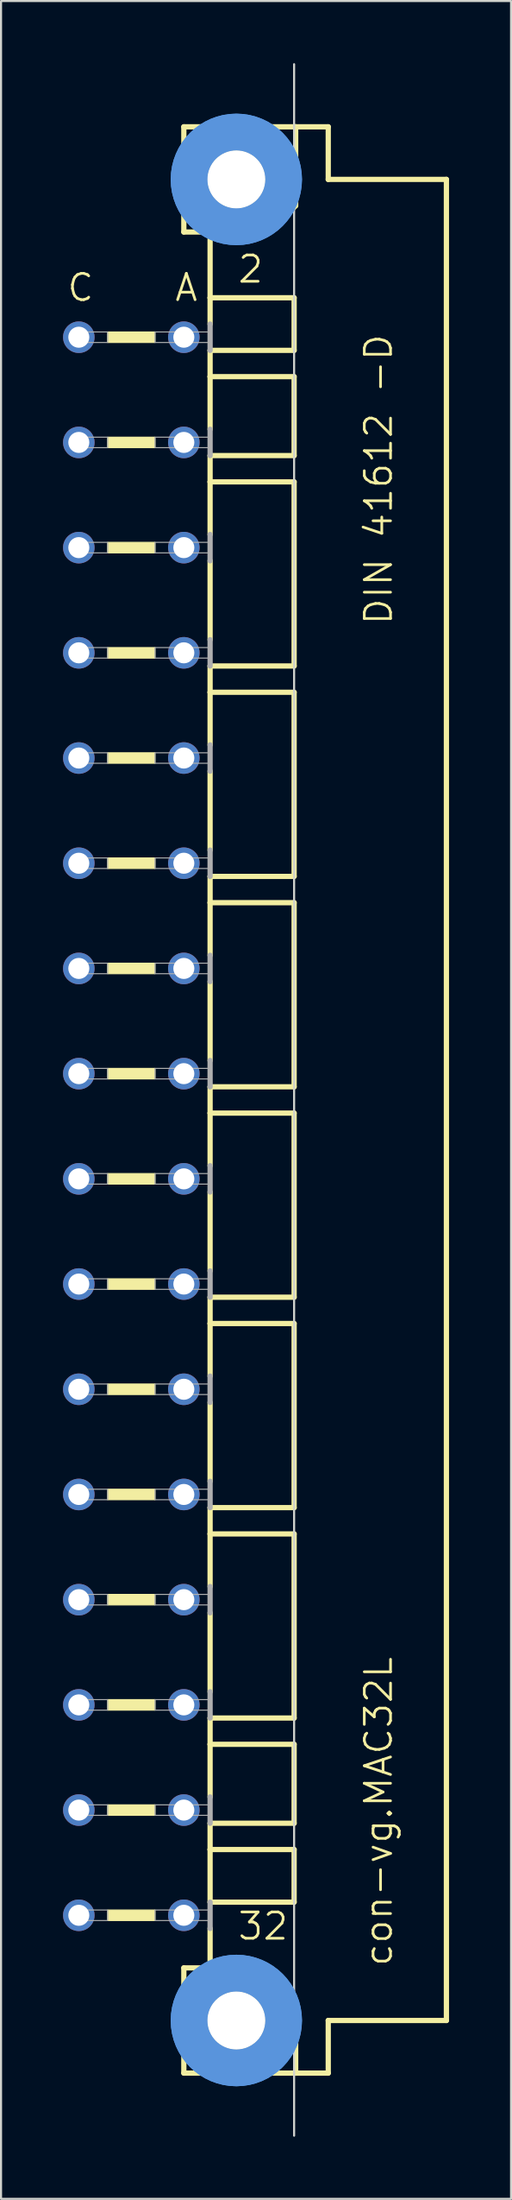
<source format=kicad_pcb>
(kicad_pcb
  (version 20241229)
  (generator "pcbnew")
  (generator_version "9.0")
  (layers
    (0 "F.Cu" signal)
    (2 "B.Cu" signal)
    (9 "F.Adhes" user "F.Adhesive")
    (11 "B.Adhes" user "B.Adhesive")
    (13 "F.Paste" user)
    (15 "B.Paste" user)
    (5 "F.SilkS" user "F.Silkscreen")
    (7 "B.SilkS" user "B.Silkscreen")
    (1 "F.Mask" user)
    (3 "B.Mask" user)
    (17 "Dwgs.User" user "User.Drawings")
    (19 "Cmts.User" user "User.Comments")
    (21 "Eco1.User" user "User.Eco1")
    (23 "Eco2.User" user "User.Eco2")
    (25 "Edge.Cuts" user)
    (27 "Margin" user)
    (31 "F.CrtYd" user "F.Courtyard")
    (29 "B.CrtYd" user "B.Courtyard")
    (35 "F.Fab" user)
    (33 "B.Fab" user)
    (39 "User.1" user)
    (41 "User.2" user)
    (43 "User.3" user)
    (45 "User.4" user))
  (footprint "con-vg.MAC32L"
    (layer "F.Cu")
    (at 8.382 50.063)
    (property "Reference" "con-vg.MAC32L" (at 7.62 41.91 90) (layer "F.SilkS") (effects (font (size 1.27 1.27) (thickness 0.13)) (justify left bottom)))
    (attr through_hole)
    (fp_line (start -2.54 -46.99) (end -2.54 -41.91) (stroke (width 0.254) (type default)) (layer "F.SilkS"))
    (fp_line (start -2.54 -41.91) (end -1.27 -41.91) (stroke (width 0.254) (type default)) (layer "F.SilkS"))
    (fp_line (start -2.54 41.91) (end -2.54 46.99) (stroke (width 0.254) (type default)) (layer "F.SilkS"))
    (fp_line (start -2.54 41.91) (end -1.27 41.91) (stroke (width 0.254) (type default)) (layer "F.SilkS"))
    (fp_line (start -2.54 46.99) (end 2.87 46.99) (stroke (width 0.254) (type default)) (layer "F.SilkS"))
    (fp_line (start -1.27 -41.91) (end -1.27 -38.735) (stroke (width 0.254) (type default)) (layer "F.SilkS"))
    (fp_line (start -1.27 -41.91) (end 1.6 -41.91) (stroke (width 0.254) (type default)) (layer "F.SilkS"))
    (fp_line (start -1.27 -38.735) (end -1.27 -37.465) (stroke (width 0.254) (type default)) (layer "F.SilkS"))
    (fp_line (start -1.27 -36.195) (end -1.27 -34.925) (stroke (width 0.254) (type default)) (layer "F.SilkS"))
    (fp_line (start -1.27 -32.385) (end -1.27 -34.925) (stroke (width 0.254) (type default)) (layer "F.SilkS"))
    (fp_line (start -1.27 -31.115) (end -1.27 -29.845) (stroke (width 0.254) (type default)) (layer "F.SilkS"))
    (fp_line (start -1.27 -29.845) (end -1.27 -27.305) (stroke (width 0.254) (type default)) (layer "F.SilkS"))
    (fp_line (start -1.27 -26.035) (end -1.27 -22.225) (stroke (width 0.254) (type default)) (layer "F.SilkS"))
    (fp_line (start -1.27 -20.955) (end -1.27 -19.685) (stroke (width 0.254) (type default)) (layer "F.SilkS"))
    (fp_line (start -1.27 -17.145) (end -1.27 -19.685) (stroke (width 0.254) (type default)) (layer "F.SilkS"))
    (fp_line (start -1.27 -12.065) (end -1.27 -15.875) (stroke (width 0.254) (type default)) (layer "F.SilkS"))
    (fp_line (start -1.27 -10.795) (end -1.27 -9.525) (stroke (width 0.254) (type default)) (layer "F.SilkS"))
    (fp_line (start -1.27 -6.985) (end -1.27 -9.525) (stroke (width 0.254) (type default)) (layer "F.SilkS"))
    (fp_line (start -1.27 -1.905) (end -1.27 -5.715) (stroke (width 0.254) (type default)) (layer "F.SilkS"))
    (fp_line (start -1.27 -0.635) (end -1.27 0.635) (stroke (width 0.254) (type default)) (layer "F.SilkS"))
    (fp_line (start -1.27 3.175) (end -1.27 0.635) (stroke (width 0.254) (type default)) (layer "F.SilkS"))
    (fp_line (start -1.27 8.255) (end -1.27 4.445) (stroke (width 0.254) (type default)) (layer "F.SilkS"))
    (fp_line (start -1.27 9.525) (end -1.27 10.795) (stroke (width 0.254) (type default)) (layer "F.SilkS"))
    (fp_line (start -1.27 13.335) (end -1.27 10.795) (stroke (width 0.254) (type default)) (layer "F.SilkS"))
    (fp_line (start -1.27 18.415) (end -1.27 14.605) (stroke (width 0.254) (type default)) (layer "F.SilkS"))
    (fp_line (start -1.27 19.685) (end -1.27 20.955) (stroke (width 0.254) (type default)) (layer "F.SilkS"))
    (fp_line (start -1.27 20.955) (end -1.27 23.495) (stroke (width 0.254) (type default)) (layer "F.SilkS"))
    (fp_line (start -1.27 24.765) (end -1.27 28.575) (stroke (width 0.254) (type default)) (layer "F.SilkS"))
    (fp_line (start -1.27 29.845) (end -1.27 31.115) (stroke (width 0.254) (type default)) (layer "F.SilkS"))
    (fp_line (start -1.27 33.655) (end -1.27 31.115) (stroke (width 0.254) (type default)) (layer "F.SilkS"))
    (fp_line (start -1.27 34.925) (end -1.27 36.195) (stroke (width 0.254) (type default)) (layer "F.SilkS"))
    (fp_line (start -1.27 36.195) (end -1.27 38.735) (stroke (width 0.254) (type default)) (layer "F.SilkS"))
    (fp_line (start -1.27 40.005) (end -1.27 41.91) (stroke (width 0.254) (type default)) (layer "F.SilkS"))
    (fp_line (start -1.27 41.91) (end 1.27 41.91) (stroke (width 0.254) (type default)) (layer "F.SilkS"))
    (fp_line (start 1.6 -41.91) (end 2.87 -43.18) (stroke (width 0.254) (type default)) (layer "F.SilkS"))
    (fp_line (start 2.794 -38.735) (end -1.27 -38.735) (stroke (width 0.254) (type default)) (layer "F.SilkS"))
    (fp_line (start 2.794 -38.735) (end 2.794 -36.195) (stroke (width 0.254) (type default)) (layer "F.SilkS"))
    (fp_line (start 2.794 -36.195) (end -1.27 -36.195) (stroke (width 0.254) (type default)) (layer "F.SilkS"))
    (fp_line (start 2.794 -34.925) (end -1.27 -34.925) (stroke (width 0.254) (type default)) (layer "F.SilkS"))
    (fp_line (start 2.794 -34.925) (end 2.794 -31.115) (stroke (width 0.254) (type default)) (layer "F.SilkS"))
    (fp_line (start 2.794 -31.115) (end -1.27 -31.115) (stroke (width 0.254) (type default)) (layer "F.SilkS"))
    (fp_line (start 2.794 -29.845) (end -1.27 -29.845) (stroke (width 0.254) (type default)) (layer "F.SilkS"))
    (fp_line (start 2.794 -29.845) (end 2.794 -20.955) (stroke (width 0.254) (type default)) (layer "F.SilkS"))
    (fp_line (start 2.794 -20.955) (end -1.27 -20.955) (stroke (width 0.254) (type default)) (layer "F.SilkS"))
    (fp_line (start 2.794 -19.685) (end -1.27 -19.685) (stroke (width 0.254) (type default)) (layer "F.SilkS"))
    (fp_line (start 2.794 -19.685) (end 2.794 -10.795) (stroke (width 0.254) (type default)) (layer "F.SilkS"))
    (fp_line (start 2.794 -10.795) (end -1.27 -10.795) (stroke (width 0.254) (type default)) (layer "F.SilkS"))
    (fp_line (start 2.794 -9.525) (end -1.27 -9.525) (stroke (width 0.254) (type default)) (layer "F.SilkS"))
    (fp_line (start 2.794 -9.525) (end 2.794 -0.635) (stroke (width 0.254) (type default)) (layer "F.SilkS"))
    (fp_line (start 2.794 -0.635) (end -1.27 -0.635) (stroke (width 0.254) (type default)) (layer "F.SilkS"))
    (fp_line (start 2.794 0.635) (end -1.27 0.635) (stroke (width 0.254) (type default)) (layer "F.SilkS"))
    (fp_line (start 2.794 0.635) (end 2.794 9.525) (stroke (width 0.254) (type default)) (layer "F.SilkS"))
    (fp_line (start 2.794 9.525) (end -1.27 9.525) (stroke (width 0.254) (type default)) (layer "F.SilkS"))
    (fp_line (start 2.794 10.795) (end -1.27 10.795) (stroke (width 0.254) (type default)) (layer "F.SilkS"))
    (fp_line (start 2.794 10.795) (end 2.794 19.685) (stroke (width 0.254) (type default)) (layer "F.SilkS"))
    (fp_line (start 2.794 19.685) (end -1.27 19.685) (stroke (width 0.254) (type default)) (layer "F.SilkS"))
    (fp_line (start 2.794 20.955) (end -1.27 20.955) (stroke (width 0.254) (type default)) (layer "F.SilkS"))
    (fp_line (start 2.794 20.955) (end 2.794 29.845) (stroke (width 0.254) (type default)) (layer "F.SilkS"))
    (fp_line (start 2.794 29.845) (end -1.27 29.845) (stroke (width 0.254) (type default)) (layer "F.SilkS"))
    (fp_line (start 2.794 31.115) (end -1.27 31.115) (stroke (width 0.254) (type default)) (layer "F.SilkS"))
    (fp_line (start 2.794 31.115) (end 2.794 34.925) (stroke (width 0.254) (type default)) (layer "F.SilkS"))
    (fp_line (start 2.794 34.925) (end -1.27 34.925) (stroke (width 0.254) (type default)) (layer "F.SilkS"))
    (fp_line (start 2.794 36.195) (end -1.27 36.195) (stroke (width 0.254) (type default)) (layer "F.SilkS"))
    (fp_line (start 2.794 36.195) (end 2.794 38.735) (stroke (width 0.254) (type default)) (layer "F.SilkS"))
    (fp_line (start 2.794 38.735) (end -1.27 38.735) (stroke (width 0.254) (type default)) (layer "F.SilkS"))
    (fp_line (start 2.87 -46.99) (end -2.54 -46.99) (stroke (width 0.254) (type default)) (layer "F.SilkS"))
    (fp_line (start 2.87 -43.18) (end 2.87 -46.99) (stroke (width 0.254) (type default)) (layer "F.SilkS"))
    (fp_line (start 2.87 43.51) (end 1.27 41.91) (stroke (width 0.254) (type default)) (layer "F.SilkS"))
    (fp_line (start 2.87 43.51) (end 2.87 46.99) (stroke (width 0.254) (type default)) (layer "F.SilkS"))
    (fp_line (start 2.87 46.99) (end 4.445 46.99) (stroke (width 0.254) (type default)) (layer "F.SilkS"))
    (fp_line (start 4.445 -46.99) (end 2.87 -46.99) (stroke (width 0.254) (type default)) (layer "F.SilkS"))
    (fp_line (start 4.445 -44.45) (end 4.445 -46.99) (stroke (width 0.254) (type default)) (layer "F.SilkS"))
    (fp_line (start 4.445 44.45) (end 10.16 44.45) (stroke (width 0.254) (type default)) (layer "F.SilkS"))
    (fp_line (start 4.445 46.99) (end 4.445 44.45) (stroke (width 0.254) (type default)) (layer "F.SilkS"))
    (fp_line (start 10.16 -44.45) (end 4.445 -44.45) (stroke (width 0.254) (type default)) (layer "F.SilkS"))
    (fp_line (start 10.16 44.45) (end 10.16 -44.45) (stroke (width 0.254) (type default)) (layer "F.SilkS"))
    (fp_rect (start -6.223 -36.576) (end -3.937 -37.084) (stroke (width 0.05) (type default)) (fill yes) (layer "F.SilkS"))
    (fp_rect (start -6.223 -31.496) (end -3.937 -32.004) (stroke (width 0.05) (type default)) (fill yes) (layer "F.SilkS"))
    (fp_rect (start -6.223 -26.416) (end -3.937 -26.924) (stroke (width 0.05) (type default)) (fill yes) (layer "F.SilkS"))
    (fp_rect (start -6.223 -21.336) (end -3.937 -21.844) (stroke (width 0.05) (type default)) (fill yes) (layer "F.SilkS"))
    (fp_rect (start -6.223 -16.256) (end -3.937 -16.764) (stroke (width 0.05) (type default)) (fill yes) (layer "F.SilkS"))
    (fp_rect (start -6.223 -11.176) (end -3.937 -11.684) (stroke (width 0.05) (type default)) (fill yes) (layer "F.SilkS"))
    (fp_rect (start -6.223 -6.096) (end -3.937 -6.604) (stroke (width 0.05) (type default)) (fill yes) (layer "F.SilkS"))
    (fp_rect (start -6.223 -1.016) (end -3.937 -1.524) (stroke (width 0.05) (type default)) (fill yes) (layer "F.SilkS"))
    (fp_rect (start -6.223 4.064) (end -3.937 3.556) (stroke (width 0.05) (type default)) (fill yes) (layer "F.SilkS"))
    (fp_rect (start -6.223 9.144) (end -3.937 8.636) (stroke (width 0.05) (type default)) (fill yes) (layer "F.SilkS"))
    (fp_rect (start -6.223 14.224) (end -3.937 13.716) (stroke (width 0.05) (type default)) (fill yes) (layer "F.SilkS"))
    (fp_rect (start -6.223 19.304) (end -3.937 18.796) (stroke (width 0.05) (type default)) (fill yes) (layer "F.SilkS"))
    (fp_rect (start -6.223 24.384) (end -3.937 23.876) (stroke (width 0.05) (type default)) (fill yes) (layer "F.SilkS"))
    (fp_rect (start -6.223 29.464) (end -3.937 28.956) (stroke (width 0.05) (type default)) (fill yes) (layer "F.SilkS"))
    (fp_rect (start -6.223 34.544) (end -3.937 34.036) (stroke (width 0.05) (type default)) (fill yes) (layer "F.SilkS"))
    (fp_rect (start -6.223 39.624) (end -3.937 39.116) (stroke (width 0.05) (type default)) (fill yes) (layer "F.SilkS"))
    (fp_circle (center 0 -44.45) (end 1.27 -44.45) (stroke (width 0.254) (type default)) (fill no) (layer "F.SilkS"))
    (fp_circle (center 0 44.45) (end 1.27 44.45) (stroke (width 0.254) (type default)) (fill no) (layer "F.SilkS"))
    (fp_circle (center 0 -44.45) (end 2.286 -44.45) (stroke (width 1.778) (type default)) (fill no) (layer "Cmts.User"))
    (fp_circle (center 0 -44.45) (end 2.286 -44.45) (stroke (width 1.778) (type default)) (fill no) (layer "Cmts.User"))
    (fp_circle (center 0 44.45) (end 2.286 44.45) (stroke (width 1.778) (type default)) (fill no) (layer "Cmts.User"))
    (fp_circle (center 0 44.45) (end 2.286 44.45) (stroke (width 1.778) (type default)) (fill no) (layer "Cmts.User"))
    (fp_line (start 2.794 50.013) (end 2.794 -50.013) (stroke (width 0.1) (type default)) (layer "Edge.Cuts"))
    (fp_line (start -1.27 -36.195) (end -1.27 -37.465) (stroke (width 0.254) (type default)) (layer "F.Fab"))
    (fp_line (start -1.27 -32.385) (end -1.27 -31.115) (stroke (width 0.254) (type default)) (layer "F.Fab"))
    (fp_line (start -1.27 -26.035) (end -1.27 -27.305) (stroke (width 0.254) (type default)) (layer "F.Fab"))
    (fp_line (start -1.27 -20.955) (end -1.27 -22.225) (stroke (width 0.254) (type default)) (layer "F.Fab"))
    (fp_line (start -1.27 -15.875) (end -1.27 -17.145) (stroke (width 0.254) (type default)) (layer "F.Fab"))
    (fp_line (start -1.27 -10.795) (end -1.27 -12.065) (stroke (width 0.254) (type default)) (layer "F.Fab"))
    (fp_line (start -1.27 -5.715) (end -1.27 -6.985) (stroke (width 0.254) (type default)) (layer "F.Fab"))
    (fp_line (start -1.27 -0.635) (end -1.27 -1.905) (stroke (width 0.254) (type default)) (layer "F.Fab"))
    (fp_line (start -1.27 4.445) (end -1.27 3.175) (stroke (width 0.254) (type default)) (layer "F.Fab"))
    (fp_line (start -1.27 9.525) (end -1.27 8.255) (stroke (width 0.254) (type default)) (layer "F.Fab"))
    (fp_line (start -1.27 14.605) (end -1.27 13.335) (stroke (width 0.254) (type default)) (layer "F.Fab"))
    (fp_line (start -1.27 19.685) (end -1.27 18.415) (stroke (width 0.254) (type default)) (layer "F.Fab"))
    (fp_line (start -1.27 24.765) (end -1.27 23.495) (stroke (width 0.254) (type default)) (layer "F.Fab"))
    (fp_line (start -1.27 29.845) (end -1.27 28.575) (stroke (width 0.254) (type default)) (layer "F.Fab"))
    (fp_line (start -1.27 34.925) (end -1.27 33.655) (stroke (width 0.254) (type default)) (layer "F.Fab"))
    (fp_line (start -1.27 40.005) (end -1.27 38.735) (stroke (width 0.254) (type default)) (layer "F.Fab"))
    (fp_rect (start -7.874 -36.576) (end -6.223 -37.084) (stroke (width 0.05) (type default)) (fill no) (layer "F.Fab"))
    (fp_rect (start -7.874 -31.496) (end -6.223 -32.004) (stroke (width 0.05) (type default)) (fill no) (layer "F.Fab"))
    (fp_rect (start -7.874 -26.416) (end -6.223 -26.924) (stroke (width 0.05) (type default)) (fill no) (layer "F.Fab"))
    (fp_rect (start -7.874 -21.336) (end -6.223 -21.844) (stroke (width 0.05) (type default)) (fill no) (layer "F.Fab"))
    (fp_rect (start -7.874 -16.256) (end -6.223 -16.764) (stroke (width 0.05) (type default)) (fill no) (layer "F.Fab"))
    (fp_rect (start -7.874 -11.176) (end -6.223 -11.684) (stroke (width 0.05) (type default)) (fill no) (layer "F.Fab"))
    (fp_rect (start -7.874 -6.096) (end -6.223 -6.604) (stroke (width 0.05) (type default)) (fill no) (layer "F.Fab"))
    (fp_rect (start -7.874 -1.016) (end -6.223 -1.524) (stroke (width 0.05) (type default)) (fill no) (layer "F.Fab"))
    (fp_rect (start -7.874 4.064) (end -6.223 3.556) (stroke (width 0.05) (type default)) (fill no) (layer "F.Fab"))
    (fp_rect (start -7.874 9.144) (end -6.223 8.636) (stroke (width 0.05) (type default)) (fill no) (layer "F.Fab"))
    (fp_rect (start -7.874 14.224) (end -6.223 13.716) (stroke (width 0.05) (type default)) (fill no) (layer "F.Fab"))
    (fp_rect (start -7.874 19.304) (end -6.223 18.796) (stroke (width 0.05) (type default)) (fill no) (layer "F.Fab"))
    (fp_rect (start -7.874 24.384) (end -6.223 23.876) (stroke (width 0.05) (type default)) (fill no) (layer "F.Fab"))
    (fp_rect (start -7.874 29.464) (end -6.223 28.956) (stroke (width 0.05) (type default)) (fill no) (layer "F.Fab"))
    (fp_rect (start -7.874 34.544) (end -6.223 34.036) (stroke (width 0.05) (type default)) (fill no) (layer "F.Fab"))
    (fp_rect (start -7.874 39.624) (end -6.223 39.116) (stroke (width 0.05) (type default)) (fill no) (layer "F.Fab"))
    (fp_rect (start -3.937 -36.576) (end -1.27 -37.084) (stroke (width 0.05) (type default)) (fill no) (layer "F.Fab"))
    (fp_rect (start -3.937 -31.496) (end -1.27 -32.004) (stroke (width 0.05) (type default)) (fill no) (layer "F.Fab"))
    (fp_rect (start -3.937 -26.416) (end -1.27 -26.924) (stroke (width 0.05) (type default)) (fill no) (layer "F.Fab"))
    (fp_rect (start -3.937 -21.336) (end -1.27 -21.844) (stroke (width 0.05) (type default)) (fill no) (layer "F.Fab"))
    (fp_rect (start -3.937 -16.256) (end -1.27 -16.764) (stroke (width 0.05) (type default)) (fill no) (layer "F.Fab"))
    (fp_rect (start -3.937 -11.176) (end -1.27 -11.684) (stroke (width 0.05) (type default)) (fill no) (layer "F.Fab"))
    (fp_rect (start -3.937 -6.096) (end -1.27 -6.604) (stroke (width 0.05) (type default)) (fill no) (layer "F.Fab"))
    (fp_rect (start -3.937 -1.016) (end -1.27 -1.524) (stroke (width 0.05) (type default)) (fill no) (layer "F.Fab"))
    (fp_rect (start -3.937 4.064) (end -1.27 3.556) (stroke (width 0.05) (type default)) (fill no) (layer "F.Fab"))
    (fp_rect (start -3.937 9.144) (end -1.27 8.636) (stroke (width 0.05) (type default)) (fill no) (layer "F.Fab"))
    (fp_rect (start -3.937 14.224) (end -1.27 13.716) (stroke (width 0.05) (type default)) (fill no) (layer "F.Fab"))
    (fp_rect (start -3.937 19.304) (end -1.27 18.796) (stroke (width 0.05) (type default)) (fill no) (layer "F.Fab"))
    (fp_rect (start -3.937 24.384) (end -1.27 23.876) (stroke (width 0.05) (type default)) (fill no) (layer "F.Fab"))
    (fp_rect (start -3.937 29.464) (end -1.27 28.956) (stroke (width 0.05) (type default)) (fill no) (layer "F.Fab"))
    (fp_rect (start -3.937 34.544) (end -1.27 34.036) (stroke (width 0.05) (type default)) (fill no) (layer "F.Fab"))
    (fp_rect (start -3.937 39.624) (end -1.27 39.116) (stroke (width 0.05) (type default)) (fill no) (layer "F.Fab"))
    (fp_text user "C" (at -8.255 -38.481 0) (layer "F.SilkS") (effects (font (size 1.27 1.27) (thickness 0.13)) (justify left bottom)))
    (fp_text user "A" (at -3.048 -38.481 0) (layer "F.SilkS") (effects (font (size 1.27 1.27) (thickness 0.13)) (justify left bottom)))
    (fp_text user "DIN 41612 -D" (at 7.62 -22.86 90) (layer "F.SilkS") (effects (font (size 1.27 1.27) (thickness 0.13)) (justify left bottom)))
    (fp_text user "32" (at 0 40.64 0) (layer "F.SilkS") (effects (font (size 1.27 1.27) (thickness 0.13)) (justify left bottom)))
    (fp_text user "2" (at 0 -39.37 0) (layer "F.SilkS") (effects (font (size 1.27 1.27) (thickness 0.13)) (justify left bottom)))
    (pad "" np_thru_hole circle (at 0 -44.45) (size 2.794 2.794) (drill 2.794) (layers "*.Cu" "*.Mask"))
    (pad "" np_thru_hole circle (at 0 44.45) (size 2.794 2.794) (drill 2.794) (layers "*.Cu" "*.Mask"))
    (pad "A2" thru_hole circle (at -2.54 -36.83) (size 1.524 1.524) (drill 1.016) (layers "*.Cu" "*.Mask"))
    (pad "A4" thru_hole circle (at -2.54 -31.75) (size 1.524 1.524) (drill 1.016) (layers "*.Cu" "*.Mask"))
    (pad "A6" thru_hole circle (at -2.54 -26.67) (size 1.524 1.524) (drill 1.016) (layers "*.Cu" "*.Mask"))
    (pad "A8" thru_hole circle (at -2.54 -21.59) (size 1.524 1.524) (drill 1.016) (layers "*.Cu" "*.Mask"))
    (pad "A10" thru_hole circle (at -2.54 -16.51) (size 1.524 1.524) (drill 1.016) (layers "*.Cu" "*.Mask"))
    (pad "A12" thru_hole circle (at -2.54 -11.43) (size 1.524 1.524) (drill 1.016) (layers "*.Cu" "*.Mask"))
    (pad "A14" thru_hole circle (at -2.54 -6.35) (size 1.524 1.524) (drill 1.016) (layers "*.Cu" "*.Mask"))
    (pad "A16" thru_hole circle (at -2.54 -1.27) (size 1.524 1.524) (drill 1.016) (layers "*.Cu" "*.Mask"))
    (pad "A18" thru_hole circle (at -2.54 3.81) (size 1.524 1.524) (drill 1.016) (layers "*.Cu" "*.Mask"))
    (pad "A20" thru_hole circle (at -2.54 8.89) (size 1.524 1.524) (drill 1.016) (layers "*.Cu" "*.Mask"))
    (pad "A22" thru_hole circle (at -2.54 13.97) (size 1.524 1.524) (drill 1.016) (layers "*.Cu" "*.Mask"))
    (pad "A24" thru_hole circle (at -2.54 19.05) (size 1.524 1.524) (drill 1.016) (layers "*.Cu" "*.Mask"))
    (pad "A26" thru_hole circle (at -2.54 24.13) (size 1.524 1.524) (drill 1.016) (layers "*.Cu" "*.Mask"))
    (pad "A28" thru_hole circle (at -2.54 29.21) (size 1.524 1.524) (drill 1.016) (layers "*.Cu" "*.Mask"))
    (pad "A30" thru_hole circle (at -2.54 34.29) (size 1.524 1.524) (drill 1.016) (layers "*.Cu" "*.Mask"))
    (pad "A32" thru_hole circle (at -2.54 39.37) (size 1.524 1.524) (drill 1.016) (layers "*.Cu" "*.Mask"))
    (pad "C2" thru_hole circle (at -7.62 -36.83) (size 1.524 1.524) (drill 1.016) (layers "*.Cu" "*.Mask"))
    (pad "C4" thru_hole circle (at -7.62 -31.75) (size 1.524 1.524) (drill 1.016) (layers "*.Cu" "*.Mask"))
    (pad "C6" thru_hole circle (at -7.62 -26.67) (size 1.524 1.524) (drill 1.016) (layers "*.Cu" "*.Mask"))
    (pad "C8" thru_hole circle (at -7.62 -21.59) (size 1.524 1.524) (drill 1.016) (layers "*.Cu" "*.Mask"))
    (pad "C10" thru_hole circle (at -7.62 -16.51) (size 1.524 1.524) (drill 1.016) (layers "*.Cu" "*.Mask"))
    (pad "C12" thru_hole circle (at -7.62 -11.43) (size 1.524 1.524) (drill 1.016) (layers "*.Cu" "*.Mask"))
    (pad "C14" thru_hole circle (at -7.62 -6.35) (size 1.524 1.524) (drill 1.016) (layers "*.Cu" "*.Mask"))
    (pad "C16" thru_hole circle (at -7.62 -1.27) (size 1.524 1.524) (drill 1.016) (layers "*.Cu" "*.Mask"))
    (pad "C18" thru_hole circle (at -7.62 3.81) (size 1.524 1.524) (drill 1.016) (layers "*.Cu" "*.Mask"))
    (pad "C20" thru_hole circle (at -7.62 8.89) (size 1.524 1.524) (drill 1.016) (layers "*.Cu" "*.Mask"))
    (pad "C22" thru_hole circle (at -7.62 13.97) (size 1.524 1.524) (drill 1.016) (layers "*.Cu" "*.Mask"))
    (pad "C24" thru_hole circle (at -7.62 19.05) (size 1.524 1.524) (drill 1.016) (layers "*.Cu" "*.Mask"))
    (pad "C26" thru_hole circle (at -7.62 24.13) (size 1.524 1.524) (drill 1.016) (layers "*.Cu" "*.Mask"))
    (pad "C28" thru_hole circle (at -7.62 29.21) (size 1.524 1.524) (drill 1.016) (layers "*.Cu" "*.Mask"))
    (pad "C30" thru_hole circle (at -7.62 34.29) (size 1.524 1.524) (drill 1.016) (layers "*.Cu" "*.Mask"))
    (pad "C32" thru_hole circle (at -7.62 39.37) (size 1.524 1.524) (drill 1.016) (layers "*.Cu" "*.Mask")))
  (gr_rect
    (start -3 -3)
    (end 21.669 103.125)
    (stroke (width 0.1) (type default))
    (fill no)
    (layer "Edge.Cuts")))
</source>
